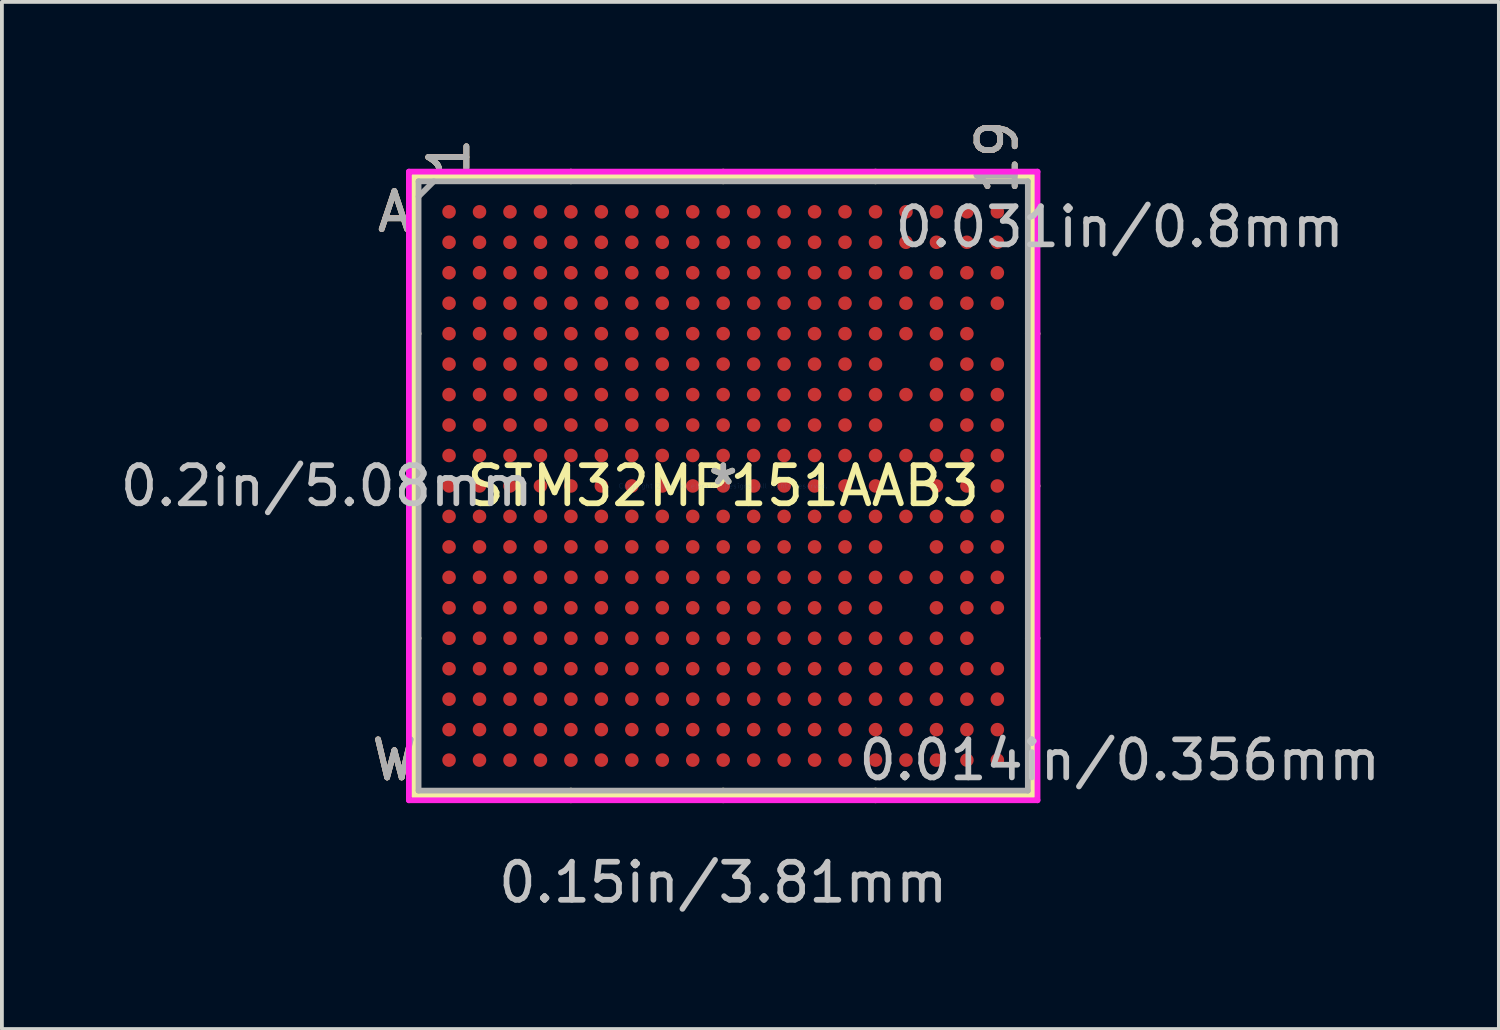
<source format=kicad_pcb>
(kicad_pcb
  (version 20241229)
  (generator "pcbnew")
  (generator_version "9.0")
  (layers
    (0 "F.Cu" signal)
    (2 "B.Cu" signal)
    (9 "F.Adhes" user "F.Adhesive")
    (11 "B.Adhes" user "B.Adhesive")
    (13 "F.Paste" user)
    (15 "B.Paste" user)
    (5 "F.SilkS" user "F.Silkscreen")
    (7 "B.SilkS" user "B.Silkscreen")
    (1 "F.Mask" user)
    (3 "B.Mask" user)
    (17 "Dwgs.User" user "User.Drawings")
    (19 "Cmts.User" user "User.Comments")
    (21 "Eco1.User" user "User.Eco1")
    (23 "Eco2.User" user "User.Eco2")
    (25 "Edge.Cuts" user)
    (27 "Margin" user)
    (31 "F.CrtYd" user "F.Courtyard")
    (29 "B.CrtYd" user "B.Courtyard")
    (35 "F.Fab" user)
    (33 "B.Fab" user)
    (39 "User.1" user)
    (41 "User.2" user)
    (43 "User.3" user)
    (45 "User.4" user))
  (footprint "STM32MP151AAB3"
    (layer "F.Cu")
    (at 15.944 9.713)
    (property "Reference" "STM32MP151AAB3" (at 0 0 0) (layer "F.SilkS") (effects (font (size 1 1) (thickness 0.15))))
    (attr through_hole)
    (fp_line (start -8.128 -8.128) (end -8.128 8.128) (stroke (width 0.152) (type solid)) (layer "F.SilkS"))
    (fp_line (start -8.128 8.128) (end 8.128 8.128) (stroke (width 0.152) (type solid)) (layer "F.SilkS"))
    (fp_line (start -8.001 -4) (end -8.255 -4) (stroke (width 0.152) (type solid)) (layer "F.SilkS"))
    (fp_line (start -8.001 0) (end -8.255 0) (stroke (width 0.152) (type solid)) (layer "F.SilkS"))
    (fp_line (start -8.001 4) (end -8.255 4) (stroke (width 0.152) (type solid)) (layer "F.SilkS"))
    (fp_line (start -4 -8.001) (end -4 -8.255) (stroke (width 0.152) (type solid)) (layer "F.SilkS"))
    (fp_line (start -4 8.001) (end -4 8.255) (stroke (width 0.152) (type solid)) (layer "F.SilkS"))
    (fp_line (start 0 -8.001) (end 0 -8.255) (stroke (width 0.152) (type solid)) (layer "F.SilkS"))
    (fp_line (start 0 8.001) (end 0 8.255) (stroke (width 0.152) (type solid)) (layer "F.SilkS"))
    (fp_line (start 4 -8.001) (end 4 -8.255) (stroke (width 0.152) (type solid)) (layer "F.SilkS"))
    (fp_line (start 4 8.001) (end 4 8.255) (stroke (width 0.152) (type solid)) (layer "F.SilkS"))
    (fp_line (start 8.001 -4) (end 8.255 -4) (stroke (width 0.152) (type solid)) (layer "F.SilkS"))
    (fp_line (start 8.001 0) (end 8.255 0) (stroke (width 0.152) (type solid)) (layer "F.SilkS"))
    (fp_line (start 8.001 4) (end 8.255 4) (stroke (width 0.152) (type solid)) (layer "F.SilkS"))
    (fp_line (start 8.128 -8.128) (end -8.128 -8.128) (stroke (width 0.152) (type solid)) (layer "F.SilkS"))
    (fp_line (start 8.128 8.128) (end 8.128 -8.128) (stroke (width 0.152) (type solid)) (layer "F.SilkS"))
    (fp_line (start -8.255 -8.255) (end 8.255 -8.255) (stroke (width 0.152) (type solid)) (layer "F.CrtYd"))
    (fp_line (start -8.255 8.255) (end -8.255 -8.255) (stroke (width 0.152) (type solid)) (layer "F.CrtYd"))
    (fp_line (start 8.255 -8.255) (end 8.255 8.255) (stroke (width 0.152) (type solid)) (layer "F.CrtYd"))
    (fp_line (start 8.255 8.255) (end -8.255 8.255) (stroke (width 0.152) (type solid)) (layer "F.CrtYd"))
    (fp_line (start -8.001 -8.001) (end -8.001 8.001) (stroke (width 0.152) (type solid)) (layer "F.Fab"))
    (fp_line (start -8.001 8.001) (end 8.001 8.001) (stroke (width 0.152) (type solid)) (layer "F.Fab"))
    (fp_line (start -7.601 -8.001) (end -8.001 -7.601) (stroke (width 0.152) (type solid)) (layer "F.Fab"))
    (fp_line (start 8.001 -8.001) (end -8.001 -8.001) (stroke (width 0.152) (type solid)) (layer "F.Fab"))
    (fp_line (start 8.001 8.001) (end 8.001 -8.001) (stroke (width 0.152) (type solid)) (layer "F.Fab"))
    (fp_text user "A" (at -8.636 -7.2 0) (layer "F.SilkS") (effects (font (size 1 1) (thickness 0.15))))
    (fp_text user "*" (at 0 0 0) (layer "F.SilkS") (effects (font (size 1 1) (thickness 0.15))))
    (fp_text user "W" (at -8.636 7.2 0) (layer "F.SilkS") (effects (font (size 1 1) (thickness 0.15))))
    (fp_text user "19" (at 7.2 -8.636 90) (layer "F.SilkS") (effects (font (size 1 1) (thickness 0.15))))
    (fp_text user "1" (at -7.2 -8.636 90) (layer "F.SilkS") (effects (font (size 1 1) (thickness 0.15))))
    (fp_text user "19" (at 7.2 -8.636 90) (layer "B.SilkS") (effects (font (size 1 1) (thickness 0.15))))
    (fp_text user "A" (at -8.636 -7.2 0) (layer "B.SilkS") (effects (font (size 1 1) (thickness 0.15))))
    (fp_text user "1" (at -7.2 -8.636 90) (layer "B.SilkS") (effects (font (size 1 1) (thickness 0.15))))
    (fp_text user "W" (at -8.636 7.2 0) (layer "B.SilkS") (effects (font (size 1 1) (thickness 0.15))))
    (fp_text user "0.2in/5.08mm" (at -10.414 0 0) (layer "Dwgs.User") (effects (font (size 1 1) (thickness 0.15))))
    (fp_text user "0.031in/0.8mm" (at 10.414 -6.8 0) (layer "Dwgs.User") (effects (font (size 1 1) (thickness 0.15))))
    (fp_text user "0.15in/3.81mm" (at 0 10.414 0) (layer "Dwgs.User") (effects (font (size 1 1) (thickness 0.15))))
    (fp_text user "0.014in/0.356mm" (at 10.414 7.2 0) (layer "Dwgs.User") (effects (font (size 1 1) (thickness 0.15))))
    (fp_text user "Copyright 2016 Accelerated Designs. All rights reserved." (at 0 0 0) (layer "Cmts.User") (effects (font (size 0.127 0.127) (thickness 0.002))))
    (fp_text user "W" (at -8.636 7.2 0) (layer "F.Fab") (effects (font (size 1 1) (thickness 0.15))))
    (fp_text user "1" (at -7.2 -8.636 90) (layer "F.Fab") (effects (font (size 1 1) (thickness 0.15))))
    (fp_text user "19" (at 7.2 -8.636 90) (layer "F.Fab") (effects (font (size 1 1) (thickness 0.15))))
    (fp_text user "*" (at 0 0 0) (layer "F.Fab") (effects (font (size 1 1) (thickness 0.15))))
    (fp_text user "A" (at -8.636 -7.2 0) (layer "F.Fab") (effects (font (size 1 1) (thickness 0.15))))
    (pad "A1" smd circle (at -7.2 -7.2) (size 0.356 0.356) (layers "F.Cu" "F.Mask" "F.Paste"))
    (pad "A2" smd circle (at -6.4 -7.2) (size 0.356 0.356) (layers "F.Cu" "F.Mask" "F.Paste"))
    (pad "A3" smd circle (at -5.6 -7.2) (size 0.356 0.356) (layers "F.Cu" "F.Mask" "F.Paste"))
    (pad "A4" smd circle (at -4.8 -7.2) (size 0.356 0.356) (layers "F.Cu" "F.Mask" "F.Paste"))
    (pad "A5" smd circle (at -4 -7.2) (size 0.356 0.356) (layers "F.Cu" "F.Mask" "F.Paste"))
    (pad "A6" smd circle (at -3.2 -7.2) (size 0.356 0.356) (layers "F.Cu" "F.Mask" "F.Paste"))
    (pad "A7" smd circle (at -2.4 -7.2) (size 0.356 0.356) (layers "F.Cu" "F.Mask" "F.Paste"))
    (pad "A8" smd circle (at -1.6 -7.2) (size 0.356 0.356) (layers "F.Cu" "F.Mask" "F.Paste"))
    (pad "A9" smd circle (at -0.8 -7.2) (size 0.356 0.356) (layers "F.Cu" "F.Mask" "F.Paste"))
    (pad "A10" smd circle (at 0 -7.2) (size 0.356 0.356) (layers "F.Cu" "F.Mask" "F.Paste"))
    (pad "A11" smd circle (at 0.8 -7.2) (size 0.356 0.356) (layers "F.Cu" "F.Mask" "F.Paste"))
    (pad "A12" smd circle (at 1.6 -7.2) (size 0.356 0.356) (layers "F.Cu" "F.Mask" "F.Paste"))
    (pad "A13" smd circle (at 2.4 -7.2) (size 0.356 0.356) (layers "F.Cu" "F.Mask" "F.Paste"))
    (pad "A14" smd circle (at 3.2 -7.2) (size 0.356 0.356) (layers "F.Cu" "F.Mask" "F.Paste"))
    (pad "A15" smd circle (at 4 -7.2) (size 0.356 0.356) (layers "F.Cu" "F.Mask" "F.Paste"))
    (pad "A16" smd circle (at 4.8 -7.2) (size 0.356 0.356) (layers "F.Cu" "F.Mask" "F.Paste"))
    (pad "A17" smd circle (at 5.6 -7.2) (size 0.356 0.356) (layers "F.Cu" "F.Mask" "F.Paste"))
    (pad "A18" smd circle (at 6.4 -7.2) (size 0.356 0.356) (layers "F.Cu" "F.Mask" "F.Paste"))
    (pad "A19" smd circle (at 7.2 -7.2) (size 0.356 0.356) (layers "F.Cu" "F.Mask" "F.Paste"))
    (pad "B1" smd circle (at -7.2 -6.4) (size 0.356 0.356) (layers "F.Cu" "F.Mask" "F.Paste"))
    (pad "B2" smd circle (at -6.4 -6.4) (size 0.356 0.356) (layers "F.Cu" "F.Mask" "F.Paste"))
    (pad "B3" smd circle (at -5.6 -6.4) (size 0.356 0.356) (layers "F.Cu" "F.Mask" "F.Paste"))
    (pad "B4" smd circle (at -4.8 -6.4) (size 0.356 0.356) (layers "F.Cu" "F.Mask" "F.Paste"))
    (pad "B5" smd circle (at -4 -6.4) (size 0.356 0.356) (layers "F.Cu" "F.Mask" "F.Paste"))
    (pad "B6" smd circle (at -3.2 -6.4) (size 0.356 0.356) (layers "F.Cu" "F.Mask" "F.Paste"))
    (pad "B7" smd circle (at -2.4 -6.4) (size 0.356 0.356) (layers "F.Cu" "F.Mask" "F.Paste"))
    (pad "B8" smd circle (at -1.6 -6.4) (size 0.356 0.356) (layers "F.Cu" "F.Mask" "F.Paste"))
    (pad "B9" smd circle (at -0.8 -6.4) (size 0.356 0.356) (layers "F.Cu" "F.Mask" "F.Paste"))
    (pad "B10" smd circle (at 0 -6.4) (size 0.356 0.356) (layers "F.Cu" "F.Mask" "F.Paste"))
    (pad "B11" smd circle (at 0.8 -6.4) (size 0.356 0.356) (layers "F.Cu" "F.Mask" "F.Paste"))
    (pad "B12" smd circle (at 1.6 -6.4) (size 0.356 0.356) (layers "F.Cu" "F.Mask" "F.Paste"))
    (pad "B13" smd circle (at 2.4 -6.4) (size 0.356 0.356) (layers "F.Cu" "F.Mask" "F.Paste"))
    (pad "B14" smd circle (at 3.2 -6.4) (size 0.356 0.356) (layers "F.Cu" "F.Mask" "F.Paste"))
    (pad "B15" smd circle (at 4 -6.4) (size 0.356 0.356) (layers "F.Cu" "F.Mask" "F.Paste"))
    (pad "B16" smd circle (at 4.8 -6.4) (size 0.356 0.356) (layers "F.Cu" "F.Mask" "F.Paste"))
    (pad "B17" smd circle (at 5.6 -6.4) (size 0.356 0.356) (layers "F.Cu" "F.Mask" "F.Paste"))
    (pad "B18" smd circle (at 6.4 -6.4) (size 0.356 0.356) (layers "F.Cu" "F.Mask" "F.Paste"))
    (pad "B19" smd circle (at 7.2 -6.4) (size 0.356 0.356) (layers "F.Cu" "F.Mask" "F.Paste"))
    (pad "C1" smd circle (at -7.2 -5.6) (size 0.356 0.356) (layers "F.Cu" "F.Mask" "F.Paste"))
    (pad "C2" smd circle (at -6.4 -5.6) (size 0.356 0.356) (layers "F.Cu" "F.Mask" "F.Paste"))
    (pad "C3" smd circle (at -5.6 -5.6) (size 0.356 0.356) (layers "F.Cu" "F.Mask" "F.Paste"))
    (pad "C4" smd circle (at -4.8 -5.6) (size 0.356 0.356) (layers "F.Cu" "F.Mask" "F.Paste"))
    (pad "C5" smd circle (at -4 -5.6) (size 0.356 0.356) (layers "F.Cu" "F.Mask" "F.Paste"))
    (pad "C6" smd circle (at -3.2 -5.6) (size 0.356 0.356) (layers "F.Cu" "F.Mask" "F.Paste"))
    (pad "C7" smd circle (at -2.4 -5.6) (size 0.356 0.356) (layers "F.Cu" "F.Mask" "F.Paste"))
    (pad "C8" smd circle (at -1.6 -5.6) (size 0.356 0.356) (layers "F.Cu" "F.Mask" "F.Paste"))
    (pad "C9" smd circle (at -0.8 -5.6) (size 0.356 0.356) (layers "F.Cu" "F.Mask" "F.Paste"))
    (pad "C10" smd circle (at 0 -5.6) (size 0.356 0.356) (layers "F.Cu" "F.Mask" "F.Paste"))
    (pad "C11" smd circle (at 0.8 -5.6) (size 0.356 0.356) (layers "F.Cu" "F.Mask" "F.Paste"))
    (pad "C12" smd circle (at 1.6 -5.6) (size 0.356 0.356) (layers "F.Cu" "F.Mask" "F.Paste"))
    (pad "C13" smd circle (at 2.4 -5.6) (size 0.356 0.356) (layers "F.Cu" "F.Mask" "F.Paste"))
    (pad "C14" smd circle (at 3.2 -5.6) (size 0.356 0.356) (layers "F.Cu" "F.Mask" "F.Paste"))
    (pad "C15" smd circle (at 4 -5.6) (size 0.356 0.356) (layers "F.Cu" "F.Mask" "F.Paste"))
    (pad "C16" smd circle (at 4.8 -5.6) (size 0.356 0.356) (layers "F.Cu" "F.Mask" "F.Paste"))
    (pad "C17" smd circle (at 5.6 -5.6) (size 0.356 0.356) (layers "F.Cu" "F.Mask" "F.Paste"))
    (pad "C18" smd circle (at 6.4 -5.6) (size 0.356 0.356) (layers "F.Cu" "F.Mask" "F.Paste"))
    (pad "C19" smd circle (at 7.2 -5.6) (size 0.356 0.356) (layers "F.Cu" "F.Mask" "F.Paste"))
    (pad "D1" smd circle (at -7.2 -4.8) (size 0.356 0.356) (layers "F.Cu" "F.Mask" "F.Paste"))
    (pad "D2" smd circle (at -6.4 -4.8) (size 0.356 0.356) (layers "F.Cu" "F.Mask" "F.Paste"))
    (pad "D3" smd circle (at -5.6 -4.8) (size 0.356 0.356) (layers "F.Cu" "F.Mask" "F.Paste"))
    (pad "D4" smd circle (at -4.8 -4.8) (size 0.356 0.356) (layers "F.Cu" "F.Mask" "F.Paste"))
    (pad "D5" smd circle (at -4 -4.8) (size 0.356 0.356) (layers "F.Cu" "F.Mask" "F.Paste"))
    (pad "D6" smd circle (at -3.2 -4.8) (size 0.356 0.356) (layers "F.Cu" "F.Mask" "F.Paste"))
    (pad "D7" smd circle (at -2.4 -4.8) (size 0.356 0.356) (layers "F.Cu" "F.Mask" "F.Paste"))
    (pad "D8" smd circle (at -1.6 -4.8) (size 0.356 0.356) (layers "F.Cu" "F.Mask" "F.Paste"))
    (pad "D9" smd circle (at -0.8 -4.8) (size 0.356 0.356) (layers "F.Cu" "F.Mask" "F.Paste"))
    (pad "D10" smd circle (at 0 -4.8) (size 0.356 0.356) (layers "F.Cu" "F.Mask" "F.Paste"))
    (pad "D11" smd circle (at 0.8 -4.8) (size 0.356 0.356) (layers "F.Cu" "F.Mask" "F.Paste"))
    (pad "D12" smd circle (at 1.6 -4.8) (size 0.356 0.356) (layers "F.Cu" "F.Mask" "F.Paste"))
    (pad "D13" smd circle (at 2.4 -4.8) (size 0.356 0.356) (layers "F.Cu" "F.Mask" "F.Paste"))
    (pad "D14" smd circle (at 3.2 -4.8) (size 0.356 0.356) (layers "F.Cu" "F.Mask" "F.Paste"))
    (pad "D15" smd circle (at 4 -4.8) (size 0.356 0.356) (layers "F.Cu" "F.Mask" "F.Paste"))
    (pad "D16" smd circle (at 4.8 -4.8) (size 0.356 0.356) (layers "F.Cu" "F.Mask" "F.Paste"))
    (pad "D17" smd circle (at 5.6 -4.8) (size 0.356 0.356) (layers "F.Cu" "F.Mask" "F.Paste"))
    (pad "D18" smd circle (at 6.4 -4.8) (size 0.356 0.356) (layers "F.Cu" "F.Mask" "F.Paste"))
    (pad "D19" smd circle (at 7.2 -4.8) (size 0.356 0.356) (layers "F.Cu" "F.Mask" "F.Paste"))
    (pad "E1" smd circle (at -7.2 -4) (size 0.356 0.356) (layers "F.Cu" "F.Mask" "F.Paste"))
    (pad "E2" smd circle (at -6.4 -4) (size 0.356 0.356) (layers "F.Cu" "F.Mask" "F.Paste"))
    (pad "E3" smd circle (at -5.6 -4) (size 0.356 0.356) (layers "F.Cu" "F.Mask" "F.Paste"))
    (pad "E4" smd circle (at -4.8 -4) (size 0.356 0.356) (layers "F.Cu" "F.Mask" "F.Paste"))
    (pad "E5" smd circle (at -4 -4) (size 0.356 0.356) (layers "F.Cu" "F.Mask" "F.Paste"))
    (pad "E6" smd circle (at -3.2 -4) (size 0.356 0.356) (layers "F.Cu" "F.Mask" "F.Paste"))
    (pad "E7" smd circle (at -2.4 -4) (size 0.356 0.356) (layers "F.Cu" "F.Mask" "F.Paste"))
    (pad "E8" smd circle (at -1.6 -4) (size 0.356 0.356) (layers "F.Cu" "F.Mask" "F.Paste"))
    (pad "E9" smd circle (at -0.8 -4) (size 0.356 0.356) (layers "F.Cu" "F.Mask" "F.Paste"))
    (pad "E10" smd circle (at 0 -4) (size 0.356 0.356) (layers "F.Cu" "F.Mask" "F.Paste"))
    (pad "E11" smd circle (at 0.8 -4) (size 0.356 0.356) (layers "F.Cu" "F.Mask" "F.Paste"))
    (pad "E12" smd circle (at 1.6 -4) (size 0.356 0.356) (layers "F.Cu" "F.Mask" "F.Paste"))
    (pad "E13" smd circle (at 2.4 -4) (size 0.356 0.356) (layers "F.Cu" "F.Mask" "F.Paste"))
    (pad "E14" smd circle (at 3.2 -4) (size 0.356 0.356) (layers "F.Cu" "F.Mask" "F.Paste"))
    (pad "E15" smd circle (at 4 -4) (size 0.356 0.356) (layers "F.Cu" "F.Mask" "F.Paste"))
    (pad "E16" smd circle (at 4.8 -4) (size 0.356 0.356) (layers "F.Cu" "F.Mask" "F.Paste"))
    (pad "E17" smd circle (at 5.6 -4) (size 0.356 0.356) (layers "F.Cu" "F.Mask" "F.Paste"))
    (pad "E18" smd circle (at 6.4 -4) (size 0.356 0.356) (layers "F.Cu" "F.Mask" "F.Paste"))
    (pad "F1" smd circle (at -7.2 -3.2) (size 0.356 0.356) (layers "F.Cu" "F.Mask" "F.Paste"))
    (pad "F2" smd circle (at -6.4 -3.2) (size 0.356 0.356) (layers "F.Cu" "F.Mask" "F.Paste"))
    (pad "F3" smd circle (at -5.6 -3.2) (size 0.356 0.356) (layers "F.Cu" "F.Mask" "F.Paste"))
    (pad "F4" smd circle (at -4.8 -3.2) (size 0.356 0.356) (layers "F.Cu" "F.Mask" "F.Paste"))
    (pad "F5" smd circle (at -4 -3.2) (size 0.356 0.356) (layers "F.Cu" "F.Mask" "F.Paste"))
    (pad "F6" smd circle (at -3.2 -3.2) (size 0.356 0.356) (layers "F.Cu" "F.Mask" "F.Paste"))
    (pad "F7" smd circle (at -2.4 -3.2) (size 0.356 0.356) (layers "F.Cu" "F.Mask" "F.Paste"))
    (pad "F8" smd circle (at -1.6 -3.2) (size 0.356 0.356) (layers "F.Cu" "F.Mask" "F.Paste"))
    (pad "F9" smd circle (at -0.8 -3.2) (size 0.356 0.356) (layers "F.Cu" "F.Mask" "F.Paste"))
    (pad "F10" smd circle (at 0 -3.2) (size 0.356 0.356) (layers "F.Cu" "F.Mask" "F.Paste"))
    (pad "F11" smd circle (at 0.8 -3.2) (size 0.356 0.356) (layers "F.Cu" "F.Mask" "F.Paste"))
    (pad "F12" smd circle (at 1.6 -3.2) (size 0.356 0.356) (layers "F.Cu" "F.Mask" "F.Paste"))
    (pad "F13" smd circle (at 2.4 -3.2) (size 0.356 0.356) (layers "F.Cu" "F.Mask" "F.Paste"))
    (pad "F14" smd circle (at 3.2 -3.2) (size 0.356 0.356) (layers "F.Cu" "F.Mask" "F.Paste"))
    (pad "F15" smd circle (at 4 -3.2) (size 0.356 0.356) (layers "F.Cu" "F.Mask" "F.Paste"))
    (pad "F17" smd circle (at 5.6 -3.2) (size 0.356 0.356) (layers "F.Cu" "F.Mask" "F.Paste"))
    (pad "F18" smd circle (at 6.4 -3.2) (size 0.356 0.356) (layers "F.Cu" "F.Mask" "F.Paste"))
    (pad "F19" smd circle (at 7.2 -3.2) (size 0.356 0.356) (layers "F.Cu" "F.Mask" "F.Paste"))
    (pad "G1" smd circle (at -7.2 -2.4) (size 0.356 0.356) (layers "F.Cu" "F.Mask" "F.Paste"))
    (pad "G2" smd circle (at -6.4 -2.4) (size 0.356 0.356) (layers "F.Cu" "F.Mask" "F.Paste"))
    (pad "G3" smd circle (at -5.6 -2.4) (size 0.356 0.356) (layers "F.Cu" "F.Mask" "F.Paste"))
    (pad "G4" smd circle (at -4.8 -2.4) (size 0.356 0.356) (layers "F.Cu" "F.Mask" "F.Paste"))
    (pad "G5" smd circle (at -4 -2.4) (size 0.356 0.356) (layers "F.Cu" "F.Mask" "F.Paste"))
    (pad "G6" smd circle (at -3.2 -2.4) (size 0.356 0.356) (layers "F.Cu" "F.Mask" "F.Paste"))
    (pad "G7" smd circle (at -2.4 -2.4) (size 0.356 0.356) (layers "F.Cu" "F.Mask" "F.Paste"))
    (pad "G8" smd circle (at -1.6 -2.4) (size 0.356 0.356) (layers "F.Cu" "F.Mask" "F.Paste"))
    (pad "G9" smd circle (at -0.8 -2.4) (size 0.356 0.356) (layers "F.Cu" "F.Mask" "F.Paste"))
    (pad "G10" smd circle (at 0 -2.4) (size 0.356 0.356) (layers "F.Cu" "F.Mask" "F.Paste"))
    (pad "G11" smd circle (at 0.8 -2.4) (size 0.356 0.356) (layers "F.Cu" "F.Mask" "F.Paste"))
    (pad "G12" smd circle (at 1.6 -2.4) (size 0.356 0.356) (layers "F.Cu" "F.Mask" "F.Paste"))
    (pad "G13" smd circle (at 2.4 -2.4) (size 0.356 0.356) (layers "F.Cu" "F.Mask" "F.Paste"))
    (pad "G14" smd circle (at 3.2 -2.4) (size 0.356 0.356) (layers "F.Cu" "F.Mask" "F.Paste"))
    (pad "G15" smd circle (at 4 -2.4) (size 0.356 0.356) (layers "F.Cu" "F.Mask" "F.Paste"))
    (pad "G16" smd circle (at 4.8 -2.4) (size 0.356 0.356) (layers "F.Cu" "F.Mask" "F.Paste"))
    (pad "G17" smd circle (at 5.6 -2.4) (size 0.356 0.356) (layers "F.Cu" "F.Mask" "F.Paste"))
    (pad "G18" smd circle (at 6.4 -2.4) (size 0.356 0.356) (layers "F.Cu" "F.Mask" "F.Paste"))
    (pad "G19" smd circle (at 7.2 -2.4) (size 0.356 0.356) (layers "F.Cu" "F.Mask" "F.Paste"))
    (pad "H1" smd circle (at -7.2 -1.6) (size 0.356 0.356) (layers "F.Cu" "F.Mask" "F.Paste"))
    (pad "H2" smd circle (at -6.4 -1.6) (size 0.356 0.356) (layers "F.Cu" "F.Mask" "F.Paste"))
    (pad "H3" smd circle (at -5.6 -1.6) (size 0.356 0.356) (layers "F.Cu" "F.Mask" "F.Paste"))
    (pad "H4" smd circle (at -4.8 -1.6) (size 0.356 0.356) (layers "F.Cu" "F.Mask" "F.Paste"))
    (pad "H5" smd circle (at -4 -1.6) (size 0.356 0.356) (layers "F.Cu" "F.Mask" "F.Paste"))
    (pad "H6" smd circle (at -3.2 -1.6) (size 0.356 0.356) (layers "F.Cu" "F.Mask" "F.Paste"))
    (pad "H7" smd circle (at -2.4 -1.6) (size 0.356 0.356) (layers "F.Cu" "F.Mask" "F.Paste"))
    (pad "H8" smd circle (at -1.6 -1.6) (size 0.356 0.356) (layers "F.Cu" "F.Mask" "F.Paste"))
    (pad "H9" smd circle (at -0.8 -1.6) (size 0.356 0.356) (layers "F.Cu" "F.Mask" "F.Paste"))
    (pad "H10" smd circle (at 0 -1.6) (size 0.356 0.356) (layers "F.Cu" "F.Mask" "F.Paste"))
    (pad "H11" smd circle (at 0.8 -1.6) (size 0.356 0.356) (layers "F.Cu" "F.Mask" "F.Paste"))
    (pad "H12" smd circle (at 1.6 -1.6) (size 0.356 0.356) (layers "F.Cu" "F.Mask" "F.Paste"))
    (pad "H13" smd circle (at 2.4 -1.6) (size 0.356 0.356) (layers "F.Cu" "F.Mask" "F.Paste"))
    (pad "H14" smd circle (at 3.2 -1.6) (size 0.356 0.356) (layers "F.Cu" "F.Mask" "F.Paste"))
    (pad "H15" smd circle (at 4 -1.6) (size 0.356 0.356) (layers "F.Cu" "F.Mask" "F.Paste"))
    (pad "H17" smd circle (at 5.6 -1.6) (size 0.356 0.356) (layers "F.Cu" "F.Mask" "F.Paste"))
    (pad "H18" smd circle (at 6.4 -1.6) (size 0.356 0.356) (layers "F.Cu" "F.Mask" "F.Paste"))
    (pad "H19" smd circle (at 7.2 -1.6) (size 0.356 0.356) (layers "F.Cu" "F.Mask" "F.Paste"))
    (pad "J1" smd circle (at -7.2 -0.8) (size 0.356 0.356) (layers "F.Cu" "F.Mask" "F.Paste"))
    (pad "J2" smd circle (at -6.4 -0.8) (size 0.356 0.356) (layers "F.Cu" "F.Mask" "F.Paste"))
    (pad "J3" smd circle (at -5.6 -0.8) (size 0.356 0.356) (layers "F.Cu" "F.Mask" "F.Paste"))
    (pad "J4" smd circle (at -4.8 -0.8) (size 0.356 0.356) (layers "F.Cu" "F.Mask" "F.Paste"))
    (pad "J5" smd circle (at -4 -0.8) (size 0.356 0.356) (layers "F.Cu" "F.Mask" "F.Paste"))
    (pad "J6" smd circle (at -3.2 -0.8) (size 0.356 0.356) (layers "F.Cu" "F.Mask" "F.Paste"))
    (pad "J7" smd circle (at -2.4 -0.8) (size 0.356 0.356) (layers "F.Cu" "F.Mask" "F.Paste"))
    (pad "J8" smd circle (at -1.6 -0.8) (size 0.356 0.356) (layers "F.Cu" "F.Mask" "F.Paste"))
    (pad "J9" smd circle (at -0.8 -0.8) (size 0.356 0.356) (layers "F.Cu" "F.Mask" "F.Paste"))
    (pad "J10" smd circle (at 0 -0.8) (size 0.356 0.356) (layers "F.Cu" "F.Mask" "F.Paste"))
    (pad "J11" smd circle (at 0.8 -0.8) (size 0.356 0.356) (layers "F.Cu" "F.Mask" "F.Paste"))
    (pad "J12" smd circle (at 1.6 -0.8) (size 0.356 0.356) (layers "F.Cu" "F.Mask" "F.Paste"))
    (pad "J13" smd circle (at 2.4 -0.8) (size 0.356 0.356) (layers "F.Cu" "F.Mask" "F.Paste"))
    (pad "J14" smd circle (at 3.2 -0.8) (size 0.356 0.356) (layers "F.Cu" "F.Mask" "F.Paste"))
    (pad "J15" smd circle (at 4 -0.8) (size 0.356 0.356) (layers "F.Cu" "F.Mask" "F.Paste"))
    (pad "J16" smd circle (at 4.8 -0.8) (size 0.356 0.356) (layers "F.Cu" "F.Mask" "F.Paste"))
    (pad "J17" smd circle (at 5.6 -0.8) (size 0.356 0.356) (layers "F.Cu" "F.Mask" "F.Paste"))
    (pad "J18" smd circle (at 6.4 -0.8) (size 0.356 0.356) (layers "F.Cu" "F.Mask" "F.Paste"))
    (pad "J19" smd circle (at 7.2 -0.8) (size 0.356 0.356) (layers "F.Cu" "F.Mask" "F.Paste"))
    (pad "K1" smd circle (at -7.2 0) (size 0.356 0.356) (layers "F.Cu" "F.Mask" "F.Paste"))
    (pad "K2" smd circle (at -6.4 0) (size 0.356 0.356) (layers "F.Cu" "F.Mask" "F.Paste"))
    (pad "K3" smd circle (at -5.6 0) (size 0.356 0.356) (layers "F.Cu" "F.Mask" "F.Paste"))
    (pad "K4" smd circle (at -4.8 0) (size 0.356 0.356) (layers "F.Cu" "F.Mask" "F.Paste"))
    (pad "K5" smd circle (at -4 0) (size 0.356 0.356) (layers "F.Cu" "F.Mask" "F.Paste"))
    (pad "K6" smd circle (at -3.2 0) (size 0.356 0.356) (layers "F.Cu" "F.Mask" "F.Paste"))
    (pad "K7" smd circle (at -2.4 0) (size 0.356 0.356) (layers "F.Cu" "F.Mask" "F.Paste"))
    (pad "K8" smd circle (at -1.6 0) (size 0.356 0.356) (layers "F.Cu" "F.Mask" "F.Paste"))
    (pad "K9" smd circle (at -0.8 0) (size 0.356 0.356) (layers "F.Cu" "F.Mask" "F.Paste"))
    (pad "K10" smd circle (at 0 0) (size 0.356 0.356) (layers "F.Cu" "F.Mask" "F.Paste"))
    (pad "K11" smd circle (at 0.8 0) (size 0.356 0.356) (layers "F.Cu" "F.Mask" "F.Paste"))
    (pad "K12" smd circle (at 1.6 0) (size 0.356 0.356) (layers "F.Cu" "F.Mask" "F.Paste"))
    (pad "K13" smd circle (at 2.4 0) (size 0.356 0.356) (layers "F.Cu" "F.Mask" "F.Paste"))
    (pad "K14" smd circle (at 3.2 0) (size 0.356 0.356) (layers "F.Cu" "F.Mask" "F.Paste"))
    (pad "K15" smd circle (at 4 0) (size 0.356 0.356) (layers "F.Cu" "F.Mask" "F.Paste"))
    (pad "K17" smd circle (at 5.6 0) (size 0.356 0.356) (layers "F.Cu" "F.Mask" "F.Paste"))
    (pad "K18" smd circle (at 6.4 0) (size 0.356 0.356) (layers "F.Cu" "F.Mask" "F.Paste"))
    (pad "K19" smd circle (at 7.2 0) (size 0.356 0.356) (layers "F.Cu" "F.Mask" "F.Paste"))
    (pad "L1" smd circle (at -7.2 0.8) (size 0.356 0.356) (layers "F.Cu" "F.Mask" "F.Paste"))
    (pad "L2" smd circle (at -6.4 0.8) (size 0.356 0.356) (layers "F.Cu" "F.Mask" "F.Paste"))
    (pad "L3" smd circle (at -5.6 0.8) (size 0.356 0.356) (layers "F.Cu" "F.Mask" "F.Paste"))
    (pad "L4" smd circle (at -4.8 0.8) (size 0.356 0.356) (layers "F.Cu" "F.Mask" "F.Paste"))
    (pad "L5" smd circle (at -4 0.8) (size 0.356 0.356) (layers "F.Cu" "F.Mask" "F.Paste"))
    (pad "L6" smd circle (at -3.2 0.8) (size 0.356 0.356) (layers "F.Cu" "F.Mask" "F.Paste"))
    (pad "L7" smd circle (at -2.4 0.8) (size 0.356 0.356) (layers "F.Cu" "F.Mask" "F.Paste"))
    (pad "L8" smd circle (at -1.6 0.8) (size 0.356 0.356) (layers "F.Cu" "F.Mask" "F.Paste"))
    (pad "L9" smd circle (at -0.8 0.8) (size 0.356 0.356) (layers "F.Cu" "F.Mask" "F.Paste"))
    (pad "L10" smd circle (at 0 0.8) (size 0.356 0.356) (layers "F.Cu" "F.Mask" "F.Paste"))
    (pad "L11" smd circle (at 0.8 0.8) (size 0.356 0.356) (layers "F.Cu" "F.Mask" "F.Paste"))
    (pad "L12" smd circle (at 1.6 0.8) (size 0.356 0.356) (layers "F.Cu" "F.Mask" "F.Paste"))
    (pad "L13" smd circle (at 2.4 0.8) (size 0.356 0.356) (layers "F.Cu" "F.Mask" "F.Paste"))
    (pad "L14" smd circle (at 3.2 0.8) (size 0.356 0.356) (layers "F.Cu" "F.Mask" "F.Paste"))
    (pad "L15" smd circle (at 4 0.8) (size 0.356 0.356) (layers "F.Cu" "F.Mask" "F.Paste"))
    (pad "L16" smd circle (at 4.8 0.8) (size 0.356 0.356) (layers "F.Cu" "F.Mask" "F.Paste"))
    (pad "L17" smd circle (at 5.6 0.8) (size 0.356 0.356) (layers "F.Cu" "F.Mask" "F.Paste"))
    (pad "L18" smd circle (at 6.4 0.8) (size 0.356 0.356) (layers "F.Cu" "F.Mask" "F.Paste"))
    (pad "L19" smd circle (at 7.2 0.8) (size 0.356 0.356) (layers "F.Cu" "F.Mask" "F.Paste"))
    (pad "M1" smd circle (at -7.2 1.6) (size 0.356 0.356) (layers "F.Cu" "F.Mask" "F.Paste"))
    (pad "M2" smd circle (at -6.4 1.6) (size 0.356 0.356) (layers "F.Cu" "F.Mask" "F.Paste"))
    (pad "M3" smd circle (at -5.6 1.6) (size 0.356 0.356) (layers "F.Cu" "F.Mask" "F.Paste"))
    (pad "M4" smd circle (at -4.8 1.6) (size 0.356 0.356) (layers "F.Cu" "F.Mask" "F.Paste"))
    (pad "M5" smd circle (at -4 1.6) (size 0.356 0.356) (layers "F.Cu" "F.Mask" "F.Paste"))
    (pad "M6" smd circle (at -3.2 1.6) (size 0.356 0.356) (layers "F.Cu" "F.Mask" "F.Paste"))
    (pad "M7" smd circle (at -2.4 1.6) (size 0.356 0.356) (layers "F.Cu" "F.Mask" "F.Paste"))
    (pad "M8" smd circle (at -1.6 1.6) (size 0.356 0.356) (layers "F.Cu" "F.Mask" "F.Paste"))
    (pad "M9" smd circle (at -0.8 1.6) (size 0.356 0.356) (layers "F.Cu" "F.Mask" "F.Paste"))
    (pad "M10" smd circle (at 0 1.6) (size 0.356 0.356) (layers "F.Cu" "F.Mask" "F.Paste"))
    (pad "M11" smd circle (at 0.8 1.6) (size 0.356 0.356) (layers "F.Cu" "F.Mask" "F.Paste"))
    (pad "M12" smd circle (at 1.6 1.6) (size 0.356 0.356) (layers "F.Cu" "F.Mask" "F.Paste"))
    (pad "M13" smd circle (at 2.4 1.6) (size 0.356 0.356) (layers "F.Cu" "F.Mask" "F.Paste"))
    (pad "M14" smd circle (at 3.2 1.6) (size 0.356 0.356) (layers "F.Cu" "F.Mask" "F.Paste"))
    (pad "M15" smd circle (at 4 1.6) (size 0.356 0.356) (layers "F.Cu" "F.Mask" "F.Paste"))
    (pad "M17" smd circle (at 5.6 1.6) (size 0.356 0.356) (layers "F.Cu" "F.Mask" "F.Paste"))
    (pad "M18" smd circle (at 6.4 1.6) (size 0.356 0.356) (layers "F.Cu" "F.Mask" "F.Paste"))
    (pad "M19" smd circle (at 7.2 1.6) (size 0.356 0.356) (layers "F.Cu" "F.Mask" "F.Paste"))
    (pad "N1" smd circle (at -7.2 2.4) (size 0.356 0.356) (layers "F.Cu" "F.Mask" "F.Paste"))
    (pad "N2" smd circle (at -6.4 2.4) (size 0.356 0.356) (layers "F.Cu" "F.Mask" "F.Paste"))
    (pad "N3" smd circle (at -5.6 2.4) (size 0.356 0.356) (layers "F.Cu" "F.Mask" "F.Paste"))
    (pad "N4" smd circle (at -4.8 2.4) (size 0.356 0.356) (layers "F.Cu" "F.Mask" "F.Paste"))
    (pad "N5" smd circle (at -4 2.4) (size 0.356 0.356) (layers "F.Cu" "F.Mask" "F.Paste"))
    (pad "N6" smd circle (at -3.2 2.4) (size 0.356 0.356) (layers "F.Cu" "F.Mask" "F.Paste"))
    (pad "N7" smd circle (at -2.4 2.4) (size 0.356 0.356) (layers "F.Cu" "F.Mask" "F.Paste"))
    (pad "N8" smd circle (at -1.6 2.4) (size 0.356 0.356) (layers "F.Cu" "F.Mask" "F.Paste"))
    (pad "N9" smd circle (at -0.8 2.4) (size 0.356 0.356) (layers "F.Cu" "F.Mask" "F.Paste"))
    (pad "N10" smd circle (at 0 2.4) (size 0.356 0.356) (layers "F.Cu" "F.Mask" "F.Paste"))
    (pad "N11" smd circle (at 0.8 2.4) (size 0.356 0.356) (layers "F.Cu" "F.Mask" "F.Paste"))
    (pad "N12" smd circle (at 1.6 2.4) (size 0.356 0.356) (layers "F.Cu" "F.Mask" "F.Paste"))
    (pad "N13" smd circle (at 2.4 2.4) (size 0.356 0.356) (layers "F.Cu" "F.Mask" "F.Paste"))
    (pad "N14" smd circle (at 3.2 2.4) (size 0.356 0.356) (layers "F.Cu" "F.Mask" "F.Paste"))
    (pad "N15" smd circle (at 4 2.4) (size 0.356 0.356) (layers "F.Cu" "F.Mask" "F.Paste"))
    (pad "N16" smd circle (at 4.8 2.4) (size 0.356 0.356) (layers "F.Cu" "F.Mask" "F.Paste"))
    (pad "N17" smd circle (at 5.6 2.4) (size 0.356 0.356) (layers "F.Cu" "F.Mask" "F.Paste"))
    (pad "N18" smd circle (at 6.4 2.4) (size 0.356 0.356) (layers "F.Cu" "F.Mask" "F.Paste"))
    (pad "N19" smd circle (at 7.2 2.4) (size 0.356 0.356) (layers "F.Cu" "F.Mask" "F.Paste"))
    (pad "P1" smd circle (at -7.2 3.2) (size 0.356 0.356) (layers "F.Cu" "F.Mask" "F.Paste"))
    (pad "P2" smd circle (at -6.4 3.2) (size 0.356 0.356) (layers "F.Cu" "F.Mask" "F.Paste"))
    (pad "P3" smd circle (at -5.6 3.2) (size 0.356 0.356) (layers "F.Cu" "F.Mask" "F.Paste"))
    (pad "P4" smd circle (at -4.8 3.2) (size 0.356 0.356) (layers "F.Cu" "F.Mask" "F.Paste"))
    (pad "P5" smd circle (at -4 3.2) (size 0.356 0.356) (layers "F.Cu" "F.Mask" "F.Paste"))
    (pad "P6" smd circle (at -3.2 3.2) (size 0.356 0.356) (layers "F.Cu" "F.Mask" "F.Paste"))
    (pad "P7" smd circle (at -2.4 3.2) (size 0.356 0.356) (layers "F.Cu" "F.Mask" "F.Paste"))
    (pad "P8" smd circle (at -1.6 3.2) (size 0.356 0.356) (layers "F.Cu" "F.Mask" "F.Paste"))
    (pad "P9" smd circle (at -0.8 3.2) (size 0.356 0.356) (layers "F.Cu" "F.Mask" "F.Paste"))
    (pad "P10" smd circle (at 0 3.2) (size 0.356 0.356) (layers "F.Cu" "F.Mask" "F.Paste"))
    (pad "P11" smd circle (at 0.8 3.2) (size 0.356 0.356) (layers "F.Cu" "F.Mask" "F.Paste"))
    (pad "P12" smd circle (at 1.6 3.2) (size 0.356 0.356) (layers "F.Cu" "F.Mask" "F.Paste"))
    (pad "P13" smd circle (at 2.4 3.2) (size 0.356 0.356) (layers "F.Cu" "F.Mask" "F.Paste"))
    (pad "P14" smd circle (at 3.2 3.2) (size 0.356 0.356) (layers "F.Cu" "F.Mask" "F.Paste"))
    (pad "P15" smd circle (at 4 3.2) (size 0.356 0.356) (layers "F.Cu" "F.Mask" "F.Paste"))
    (pad "P17" smd circle (at 5.6 3.2) (size 0.356 0.356) (layers "F.Cu" "F.Mask" "F.Paste"))
    (pad "P18" smd circle (at 6.4 3.2) (size 0.356 0.356) (layers "F.Cu" "F.Mask" "F.Paste"))
    (pad "P19" smd circle (at 7.2 3.2) (size 0.356 0.356) (layers "F.Cu" "F.Mask" "F.Paste"))
    (pad "R1" smd circle (at -7.2 4) (size 0.356 0.356) (layers "F.Cu" "F.Mask" "F.Paste"))
    (pad "R2" smd circle (at -6.4 4) (size 0.356 0.356) (layers "F.Cu" "F.Mask" "F.Paste"))
    (pad "R3" smd circle (at -5.6 4) (size 0.356 0.356) (layers "F.Cu" "F.Mask" "F.Paste"))
    (pad "R4" smd circle (at -4.8 4) (size 0.356 0.356) (layers "F.Cu" "F.Mask" "F.Paste"))
    (pad "R5" smd circle (at -4 4) (size 0.356 0.356) (layers "F.Cu" "F.Mask" "F.Paste"))
    (pad "R6" smd circle (at -3.2 4) (size 0.356 0.356) (layers "F.Cu" "F.Mask" "F.Paste"))
    (pad "R7" smd circle (at -2.4 4) (size 0.356 0.356) (layers "F.Cu" "F.Mask" "F.Paste"))
    (pad "R8" smd circle (at -1.6 4) (size 0.356 0.356) (layers "F.Cu" "F.Mask" "F.Paste"))
    (pad "R9" smd circle (at -0.8 4) (size 0.356 0.356) (layers "F.Cu" "F.Mask" "F.Paste"))
    (pad "R10" smd circle (at 0 4) (size 0.356 0.356) (layers "F.Cu" "F.Mask" "F.Paste"))
    (pad "R11" smd circle (at 0.8 4) (size 0.356 0.356) (layers "F.Cu" "F.Mask" "F.Paste"))
    (pad "R12" smd circle (at 1.6 4) (size 0.356 0.356) (layers "F.Cu" "F.Mask" "F.Paste"))
    (pad "R13" smd circle (at 2.4 4) (size 0.356 0.356) (layers "F.Cu" "F.Mask" "F.Paste"))
    (pad "R14" smd circle (at 3.2 4) (size 0.356 0.356) (layers "F.Cu" "F.Mask" "F.Paste"))
    (pad "R15" smd circle (at 4 4) (size 0.356 0.356) (layers "F.Cu" "F.Mask" "F.Paste"))
    (pad "R16" smd circle (at 4.8 4) (size 0.356 0.356) (layers "F.Cu" "F.Mask" "F.Paste"))
    (pad "R17" smd circle (at 5.6 4) (size 0.356 0.356) (layers "F.Cu" "F.Mask" "F.Paste"))
    (pad "R18" smd circle (at 6.4 4) (size 0.356 0.356) (layers "F.Cu" "F.Mask" "F.Paste"))
    (pad "T1" smd circle (at -7.2 4.8) (size 0.356 0.356) (layers "F.Cu" "F.Mask" "F.Paste"))
    (pad "T2" smd circle (at -6.4 4.8) (size 0.356 0.356) (layers "F.Cu" "F.Mask" "F.Paste"))
    (pad "T3" smd circle (at -5.6 4.8) (size 0.356 0.356) (layers "F.Cu" "F.Mask" "F.Paste"))
    (pad "T4" smd circle (at -4.8 4.8) (size 0.356 0.356) (layers "F.Cu" "F.Mask" "F.Paste"))
    (pad "T5" smd circle (at -4 4.8) (size 0.356 0.356) (layers "F.Cu" "F.Mask" "F.Paste"))
    (pad "T6" smd circle (at -3.2 4.8) (size 0.356 0.356) (layers "F.Cu" "F.Mask" "F.Paste"))
    (pad "T7" smd circle (at -2.4 4.8) (size 0.356 0.356) (layers "F.Cu" "F.Mask" "F.Paste"))
    (pad "T8" smd circle (at -1.6 4.8) (size 0.356 0.356) (layers "F.Cu" "F.Mask" "F.Paste"))
    (pad "T9" smd circle (at -0.8 4.8) (size 0.356 0.356) (layers "F.Cu" "F.Mask" "F.Paste"))
    (pad "T10" smd circle (at 0 4.8) (size 0.356 0.356) (layers "F.Cu" "F.Mask" "F.Paste"))
    (pad "T11" smd circle (at 0.8 4.8) (size 0.356 0.356) (layers "F.Cu" "F.Mask" "F.Paste"))
    (pad "T12" smd circle (at 1.6 4.8) (size 0.356 0.356) (layers "F.Cu" "F.Mask" "F.Paste"))
    (pad "T13" smd circle (at 2.4 4.8) (size 0.356 0.356) (layers "F.Cu" "F.Mask" "F.Paste"))
    (pad "T14" smd circle (at 3.2 4.8) (size 0.356 0.356) (layers "F.Cu" "F.Mask" "F.Paste"))
    (pad "T15" smd circle (at 4 4.8) (size 0.356 0.356) (layers "F.Cu" "F.Mask" "F.Paste"))
    (pad "T16" smd circle (at 4.8 4.8) (size 0.356 0.356) (layers "F.Cu" "F.Mask" "F.Paste"))
    (pad "T17" smd circle (at 5.6 4.8) (size 0.356 0.356) (layers "F.Cu" "F.Mask" "F.Paste"))
    (pad "T18" smd circle (at 6.4 4.8) (size 0.356 0.356) (layers "F.Cu" "F.Mask" "F.Paste"))
    (pad "T19" smd circle (at 7.2 4.8) (size 0.356 0.356) (layers "F.Cu" "F.Mask" "F.Paste"))
    (pad "U1" smd circle (at -7.2 5.6) (size 0.356 0.356) (layers "F.Cu" "F.Mask" "F.Paste"))
    (pad "U2" smd circle (at -6.4 5.6) (size 0.356 0.356) (layers "F.Cu" "F.Mask" "F.Paste"))
    (pad "U3" smd circle (at -5.6 5.6) (size 0.356 0.356) (layers "F.Cu" "F.Mask" "F.Paste"))
    (pad "U4" smd circle (at -4.8 5.6) (size 0.356 0.356) (layers "F.Cu" "F.Mask" "F.Paste"))
    (pad "U5" smd circle (at -4 5.6) (size 0.356 0.356) (layers "F.Cu" "F.Mask" "F.Paste"))
    (pad "U6" smd circle (at -3.2 5.6) (size 0.356 0.356) (layers "F.Cu" "F.Mask" "F.Paste"))
    (pad "U7" smd circle (at -2.4 5.6) (size 0.356 0.356) (layers "F.Cu" "F.Mask" "F.Paste"))
    (pad "U8" smd circle (at -1.6 5.6) (size 0.356 0.356) (layers "F.Cu" "F.Mask" "F.Paste"))
    (pad "U9" smd circle (at -0.8 5.6) (size 0.356 0.356) (layers "F.Cu" "F.Mask" "F.Paste"))
    (pad "U10" smd circle (at 0 5.6) (size 0.356 0.356) (layers "F.Cu" "F.Mask" "F.Paste"))
    (pad "U11" smd circle (at 0.8 5.6) (size 0.356 0.356) (layers "F.Cu" "F.Mask" "F.Paste"))
    (pad "U12" smd circle (at 1.6 5.6) (size 0.356 0.356) (layers "F.Cu" "F.Mask" "F.Paste"))
    (pad "U13" smd circle (at 2.4 5.6) (size 0.356 0.356) (layers "F.Cu" "F.Mask" "F.Paste"))
    (pad "U14" smd circle (at 3.2 5.6) (size 0.356 0.356) (layers "F.Cu" "F.Mask" "F.Paste"))
    (pad "U15" smd circle (at 4 5.6) (size 0.356 0.356) (layers "F.Cu" "F.Mask" "F.Paste"))
    (pad "U16" smd circle (at 4.8 5.6) (size 0.356 0.356) (layers "F.Cu" "F.Mask" "F.Paste"))
    (pad "U17" smd circle (at 5.6 5.6) (size 0.356 0.356) (layers "F.Cu" "F.Mask" "F.Paste"))
    (pad "U18" smd circle (at 6.4 5.6) (size 0.356 0.356) (layers "F.Cu" "F.Mask" "F.Paste"))
    (pad "U19" smd circle (at 7.2 5.6) (size 0.356 0.356) (layers "F.Cu" "F.Mask" "F.Paste"))
    (pad "V1" smd circle (at -7.2 6.4) (size 0.356 0.356) (layers "F.Cu" "F.Mask" "F.Paste"))
    (pad "V2" smd circle (at -6.4 6.4) (size 0.356 0.356) (layers "F.Cu" "F.Mask" "F.Paste"))
    (pad "V3" smd circle (at -5.6 6.4) (size 0.356 0.356) (layers "F.Cu" "F.Mask" "F.Paste"))
    (pad "V4" smd circle (at -4.8 6.4) (size 0.356 0.356) (layers "F.Cu" "F.Mask" "F.Paste"))
    (pad "V5" smd circle (at -4 6.4) (size 0.356 0.356) (layers "F.Cu" "F.Mask" "F.Paste"))
    (pad "V6" smd circle (at -3.2 6.4) (size 0.356 0.356) (layers "F.Cu" "F.Mask" "F.Paste"))
    (pad "V7" smd circle (at -2.4 6.4) (size 0.356 0.356) (layers "F.Cu" "F.Mask" "F.Paste"))
    (pad "V8" smd circle (at -1.6 6.4) (size 0.356 0.356) (layers "F.Cu" "F.Mask" "F.Paste"))
    (pad "V9" smd circle (at -0.8 6.4) (size 0.356 0.356) (layers "F.Cu" "F.Mask" "F.Paste"))
    (pad "V10" smd circle (at 0 6.4) (size 0.356 0.356) (layers "F.Cu" "F.Mask" "F.Paste"))
    (pad "V11" smd circle (at 0.8 6.4) (size 0.356 0.356) (layers "F.Cu" "F.Mask" "F.Paste"))
    (pad "V12" smd circle (at 1.6 6.4) (size 0.356 0.356) (layers "F.Cu" "F.Mask" "F.Paste"))
    (pad "V13" smd circle (at 2.4 6.4) (size 0.356 0.356) (layers "F.Cu" "F.Mask" "F.Paste"))
    (pad "V14" smd circle (at 3.2 6.4) (size 0.356 0.356) (layers "F.Cu" "F.Mask" "F.Paste"))
    (pad "V15" smd circle (at 4 6.4) (size 0.356 0.356) (layers "F.Cu" "F.Mask" "F.Paste"))
    (pad "V16" smd circle (at 4.8 6.4) (size 0.356 0.356) (layers "F.Cu" "F.Mask" "F.Paste"))
    (pad "V17" smd circle (at 5.6 6.4) (size 0.356 0.356) (layers "F.Cu" "F.Mask" "F.Paste"))
    (pad "V18" smd circle (at 6.4 6.4) (size 0.356 0.356) (layers "F.Cu" "F.Mask" "F.Paste"))
    (pad "V19" smd circle (at 7.2 6.4) (size 0.356 0.356) (layers "F.Cu" "F.Mask" "F.Paste"))
    (pad "W1" smd circle (at -7.2 7.2) (size 0.356 0.356) (layers "F.Cu" "F.Mask" "F.Paste"))
    (pad "W2" smd circle (at -6.4 7.2) (size 0.356 0.356) (layers "F.Cu" "F.Mask" "F.Paste"))
    (pad "W3" smd circle (at -5.6 7.2) (size 0.356 0.356) (layers "F.Cu" "F.Mask" "F.Paste"))
    (pad "W4" smd circle (at -4.8 7.2) (size 0.356 0.356) (layers "F.Cu" "F.Mask" "F.Paste"))
    (pad "W5" smd circle (at -4 7.2) (size 0.356 0.356) (layers "F.Cu" "F.Mask" "F.Paste"))
    (pad "W6" smd circle (at -3.2 7.2) (size 0.356 0.356) (layers "F.Cu" "F.Mask" "F.Paste"))
    (pad "W7" smd circle (at -2.4 7.2) (size 0.356 0.356) (layers "F.Cu" "F.Mask" "F.Paste"))
    (pad "W8" smd circle (at -1.6 7.2) (size 0.356 0.356) (layers "F.Cu" "F.Mask" "F.Paste"))
    (pad "W9" smd circle (at -0.8 7.2) (size 0.356 0.356) (layers "F.Cu" "F.Mask" "F.Paste"))
    (pad "W10" smd circle (at 0 7.2) (size 0.356 0.356) (layers "F.Cu" "F.Mask" "F.Paste"))
    (pad "W11" smd circle (at 0.8 7.2) (size 0.356 0.356) (layers "F.Cu" "F.Mask" "F.Paste"))
    (pad "W12" smd circle (at 1.6 7.2) (size 0.356 0.356) (layers "F.Cu" "F.Mask" "F.Paste"))
    (pad "W13" smd circle (at 2.4 7.2) (size 0.356 0.356) (layers "F.Cu" "F.Mask" "F.Paste"))
    (pad "W14" smd circle (at 3.2 7.2) (size 0.356 0.356) (layers "F.Cu" "F.Mask" "F.Paste"))
    (pad "W15" smd circle (at 4 7.2) (size 0.356 0.356) (layers "F.Cu" "F.Mask" "F.Paste"))
    (pad "W16" smd circle (at 4.8 7.2) (size 0.356 0.356) (layers "F.Cu" "F.Mask" "F.Paste"))
    (pad "W17" smd circle (at 5.6 7.2) (size 0.356 0.356) (layers "F.Cu" "F.Mask" "F.Paste"))
    (pad "W18" smd circle (at 6.4 7.2) (size 0.356 0.356) (layers "F.Cu" "F.Mask" "F.Paste"))
    (pad "W19" smd circle (at 7.2 7.2) (size 0.356 0.356) (layers "F.Cu" "F.Mask" "F.Paste")))
  (gr_rect
    (start -3 -3)
    (end 36.316 23.976)
    (stroke (width 0.1) (type default))
    (fill no)
    (layer "Edge.Cuts")))
</source>
